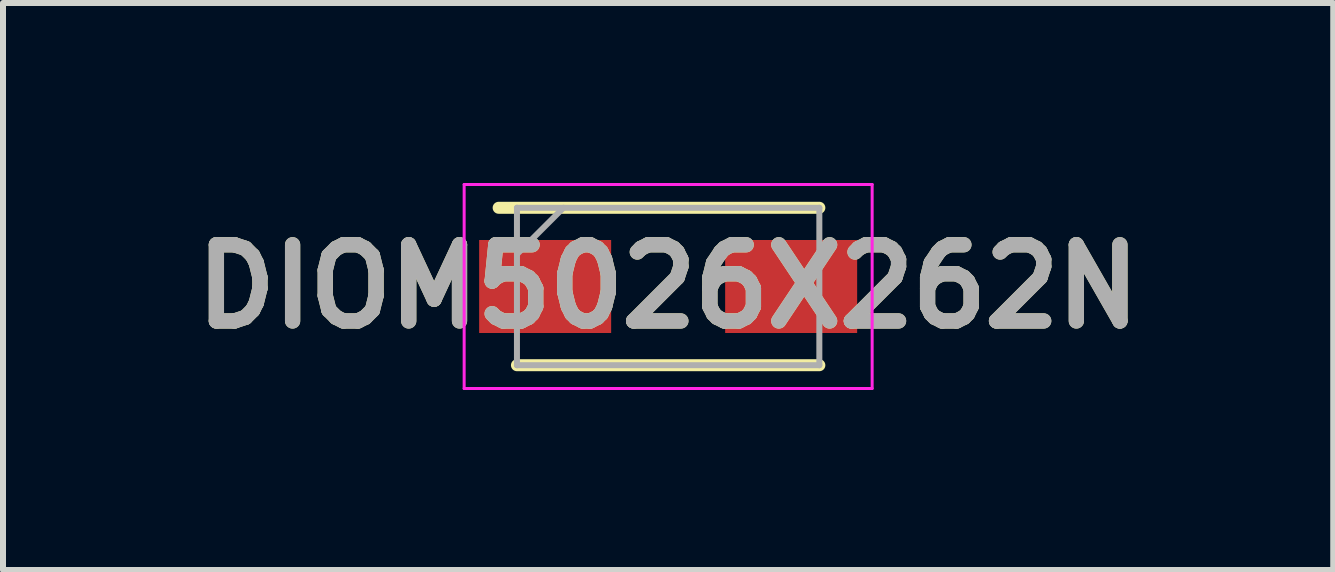
<source format=kicad_pcb>
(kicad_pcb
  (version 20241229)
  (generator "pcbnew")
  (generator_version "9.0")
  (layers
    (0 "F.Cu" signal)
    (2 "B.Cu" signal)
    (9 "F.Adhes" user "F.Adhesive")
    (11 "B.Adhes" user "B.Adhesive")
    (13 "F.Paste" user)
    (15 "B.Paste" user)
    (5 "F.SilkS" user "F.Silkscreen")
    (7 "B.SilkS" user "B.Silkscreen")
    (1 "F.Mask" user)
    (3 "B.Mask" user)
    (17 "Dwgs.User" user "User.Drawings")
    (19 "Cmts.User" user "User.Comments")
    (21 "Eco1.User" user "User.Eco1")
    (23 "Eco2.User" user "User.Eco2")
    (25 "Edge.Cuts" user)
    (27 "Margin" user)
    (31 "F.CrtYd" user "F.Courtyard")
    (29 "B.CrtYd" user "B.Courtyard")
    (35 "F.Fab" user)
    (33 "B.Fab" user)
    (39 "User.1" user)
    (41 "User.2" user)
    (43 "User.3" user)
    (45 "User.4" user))
  (footprint "DIOM5026X262N"
    (layer "F.Cu")
    (at 8.086 1.725)
    (property "Reference" "DIOM5026X262N" (at 0 0 0) (layer "F.SilkS") (effects (font (size 1.27 1.27) (thickness 0.254))))
    (attr smd)
    (fp_line (start -2.52 1.312) (end 2.52 1.312) (stroke (width 0.2) (type solid)) (layer "F.SilkS"))
    (fp_line (start 2.52 -1.312) (end -2.825 -1.312) (stroke (width 0.2) (type solid)) (layer "F.SilkS"))
    (fp_line (start -3.4 -1.7) (end 3.4 -1.7) (stroke (width 0.05) (type solid)) (layer "F.CrtYd"))
    (fp_line (start -3.4 1.7) (end -3.4 -1.7) (stroke (width 0.05) (type solid)) (layer "F.CrtYd"))
    (fp_line (start 3.4 -1.7) (end 3.4 1.7) (stroke (width 0.05) (type solid)) (layer "F.CrtYd"))
    (fp_line (start 3.4 1.7) (end -3.4 1.7) (stroke (width 0.05) (type solid)) (layer "F.CrtYd"))
    (fp_line (start -2.52 -1.312) (end 2.52 -1.312) (stroke (width 0.1) (type solid)) (layer "F.Fab"))
    (fp_line (start -2.52 -0.538) (end -1.745 -1.312) (stroke (width 0.1) (type solid)) (layer "F.Fab"))
    (fp_line (start -2.52 1.312) (end -2.52 -1.312) (stroke (width 0.1) (type solid)) (layer "F.Fab"))
    (fp_line (start 2.52 -1.312) (end 2.52 1.312) (stroke (width 0.1) (type solid)) (layer "F.Fab"))
    (fp_line (start 2.52 1.312) (end -2.52 1.312) (stroke (width 0.1) (type solid)) (layer "F.Fab"))
    (fp_text user "${REFERENCE}" (at 0 0 0) (layer "F.Fab") (effects (font (size 1.27 1.27) (thickness 0.254))))
    (pad "1" smd rect (at -2.05 0 90) (size 1.55 2.2) (layers "F.Cu" "F.Mask" "F.Paste"))
    (pad "2" smd rect (at 2.05 0 90) (size 1.55 2.2) (layers "F.Cu" "F.Mask" "F.Paste")))
  (gr_rect
    (start -3 -3)
    (end 19.171 6.45)
    (stroke (width 0.1) (type default))
    (fill no)
    (layer "Edge.Cuts")))
</source>
